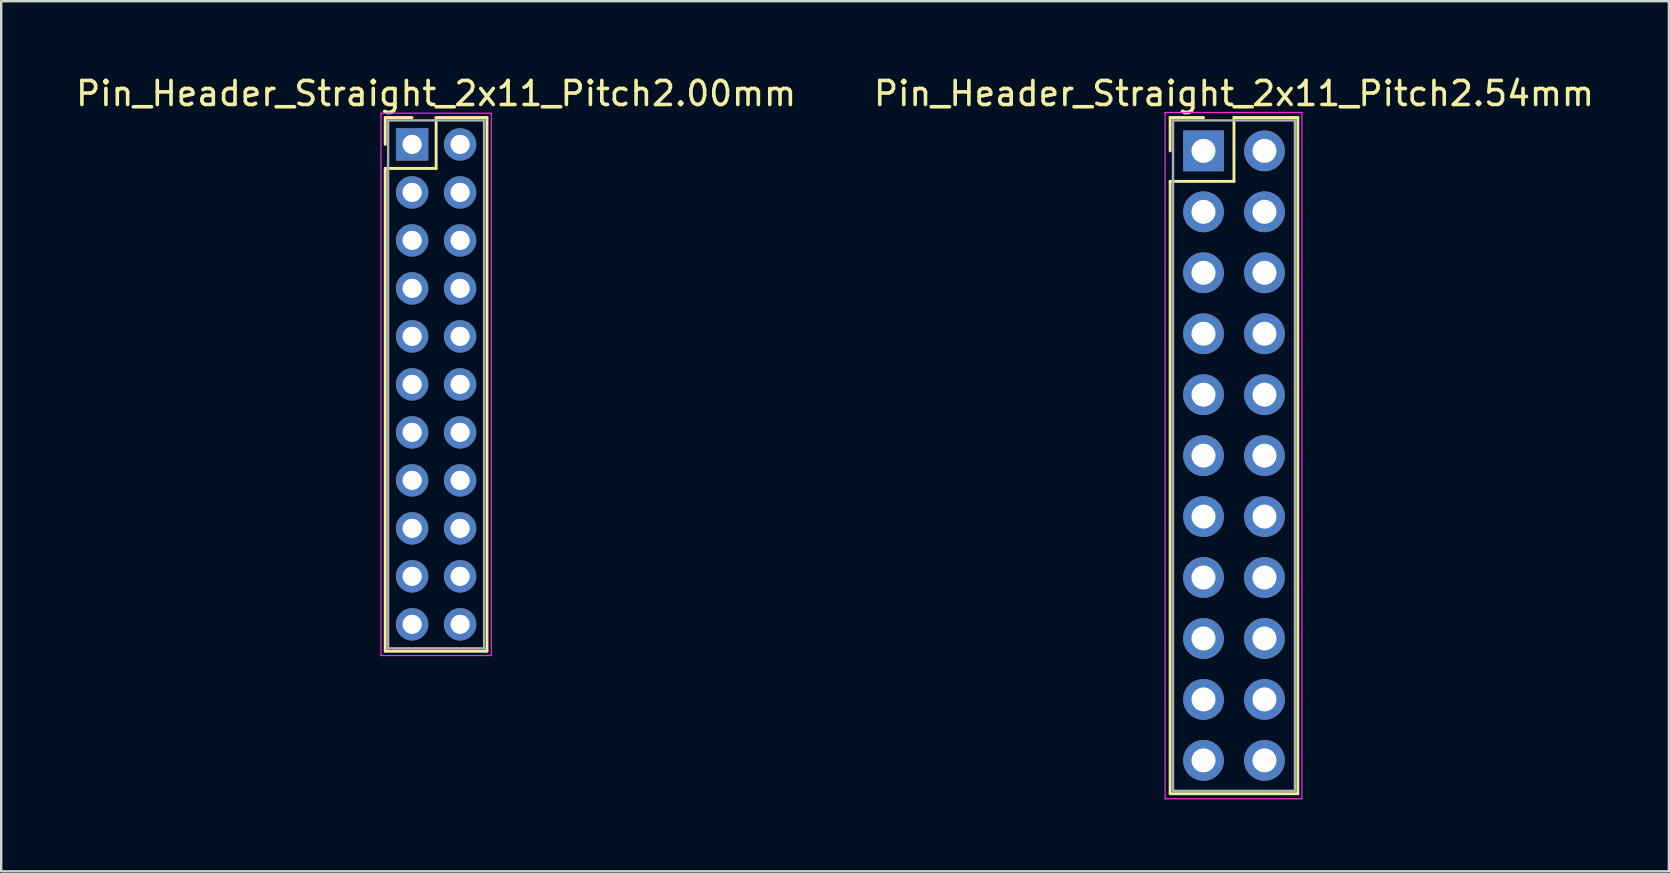
<source format=kicad_pcb>
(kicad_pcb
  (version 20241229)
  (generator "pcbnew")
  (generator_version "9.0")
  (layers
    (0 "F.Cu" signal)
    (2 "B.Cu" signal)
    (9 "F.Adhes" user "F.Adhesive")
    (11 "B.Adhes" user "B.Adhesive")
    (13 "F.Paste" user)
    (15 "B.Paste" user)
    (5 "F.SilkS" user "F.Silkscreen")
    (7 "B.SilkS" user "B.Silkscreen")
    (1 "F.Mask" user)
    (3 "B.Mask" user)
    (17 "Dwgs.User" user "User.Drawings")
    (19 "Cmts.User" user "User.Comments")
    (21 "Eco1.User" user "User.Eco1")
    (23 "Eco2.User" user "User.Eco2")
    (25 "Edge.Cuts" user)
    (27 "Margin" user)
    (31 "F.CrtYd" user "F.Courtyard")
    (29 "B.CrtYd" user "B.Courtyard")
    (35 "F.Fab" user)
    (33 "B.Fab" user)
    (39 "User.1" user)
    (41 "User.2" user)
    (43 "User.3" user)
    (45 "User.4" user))
  (footprint "Pin_Header_Straight_2x11_Pitch2.00mm"
    (layer "F.Cu")
    (at 14.125 2.968)
    (property "Reference" "Pin_Header_Straight_2x11_Pitch2.00mm" (at 1 -2.12 0) (layer "F.SilkS") (effects (font (size 1 1) (thickness 0.15))))
    (attr through_hole)
    (fp_line (start -1.12 -1.12) (end 0 -1.12) (stroke (width 0.12) (type solid)) (layer "F.SilkS"))
    (fp_line (start -1.12 0) (end -1.12 -1.12) (stroke (width 0.12) (type solid)) (layer "F.SilkS"))
    (fp_line (start -1.12 1) (end -1.12 21.12) (stroke (width 0.12) (type solid)) (layer "F.SilkS"))
    (fp_line (start -1.12 21.12) (end 3.12 21.12) (stroke (width 0.12) (type solid)) (layer "F.SilkS"))
    (fp_line (start 1 -1.12) (end 1 1) (stroke (width 0.12) (type solid)) (layer "F.SilkS"))
    (fp_line (start 1 1) (end -1.12 1) (stroke (width 0.12) (type solid)) (layer "F.SilkS"))
    (fp_line (start 3.12 -1.12) (end 1 -1.12) (stroke (width 0.12) (type solid)) (layer "F.SilkS"))
    (fp_line (start 3.12 21.12) (end 3.12 -1.12) (stroke (width 0.12) (type solid)) (layer "F.SilkS"))
    (fp_line (start -1.3 -1.3) (end -1.3 21.3) (stroke (width 0.05) (type solid)) (layer "F.CrtYd"))
    (fp_line (start -1.3 21.3) (end 3.3 21.3) (stroke (width 0.05) (type solid)) (layer "F.CrtYd"))
    (fp_line (start 3.3 -1.3) (end -1.3 -1.3) (stroke (width 0.05) (type solid)) (layer "F.CrtYd"))
    (fp_line (start 3.3 21.3) (end 3.3 -1.3) (stroke (width 0.05) (type solid)) (layer "F.CrtYd"))
    (fp_line (start -1 -1) (end -1 21) (stroke (width 0.1) (type solid)) (layer "F.Fab"))
    (fp_line (start -1 21) (end 3 21) (stroke (width 0.1) (type solid)) (layer "F.Fab"))
    (fp_line (start 3 -1) (end -1 -1) (stroke (width 0.1) (type solid)) (layer "F.Fab"))
    (fp_line (start 3 21) (end 3 -1) (stroke (width 0.1) (type solid)) (layer "F.Fab"))
    (pad "1" thru_hole rect (at 0 0) (size 1.35 1.35) (drill 0.8) (layers "*.Cu" "*.Mask"))
    (pad "2" thru_hole oval (at 2 0) (size 1.35 1.35) (drill 0.8) (layers "*.Cu" "*.Mask"))
    (pad "3" thru_hole oval (at 0 2) (size 1.35 1.35) (drill 0.8) (layers "*.Cu" "*.Mask"))
    (pad "4" thru_hole oval (at 2 2) (size 1.35 1.35) (drill 0.8) (layers "*.Cu" "*.Mask"))
    (pad "5" thru_hole oval (at 0 4) (size 1.35 1.35) (drill 0.8) (layers "*.Cu" "*.Mask"))
    (pad "6" thru_hole oval (at 2 4) (size 1.35 1.35) (drill 0.8) (layers "*.Cu" "*.Mask"))
    (pad "7" thru_hole oval (at 0 6) (size 1.35 1.35) (drill 0.8) (layers "*.Cu" "*.Mask"))
    (pad "8" thru_hole oval (at 2 6) (size 1.35 1.35) (drill 0.8) (layers "*.Cu" "*.Mask"))
    (pad "9" thru_hole oval (at 0 8) (size 1.35 1.35) (drill 0.8) (layers "*.Cu" "*.Mask"))
    (pad "10" thru_hole oval (at 2 8) (size 1.35 1.35) (drill 0.8) (layers "*.Cu" "*.Mask"))
    (pad "11" thru_hole oval (at 0 10) (size 1.35 1.35) (drill 0.8) (layers "*.Cu" "*.Mask"))
    (pad "12" thru_hole oval (at 2 10) (size 1.35 1.35) (drill 0.8) (layers "*.Cu" "*.Mask"))
    (pad "13" thru_hole oval (at 0 12) (size 1.35 1.35) (drill 0.8) (layers "*.Cu" "*.Mask"))
    (pad "14" thru_hole oval (at 2 12) (size 1.35 1.35) (drill 0.8) (layers "*.Cu" "*.Mask"))
    (pad "15" thru_hole oval (at 0 14) (size 1.35 1.35) (drill 0.8) (layers "*.Cu" "*.Mask"))
    (pad "16" thru_hole oval (at 2 14) (size 1.35 1.35) (drill 0.8) (layers "*.Cu" "*.Mask"))
    (pad "17" thru_hole oval (at 0 16) (size 1.35 1.35) (drill 0.8) (layers "*.Cu" "*.Mask"))
    (pad "18" thru_hole oval (at 2 16) (size 1.35 1.35) (drill 0.8) (layers "*.Cu" "*.Mask"))
    (pad "19" thru_hole oval (at 0 18) (size 1.35 1.35) (drill 0.8) (layers "*.Cu" "*.Mask"))
    (pad "20" thru_hole oval (at 2 18) (size 1.35 1.35) (drill 0.8) (layers "*.Cu" "*.Mask"))
    (pad "21" thru_hole oval (at 0 20) (size 1.35 1.35) (drill 0.8) (layers "*.Cu" "*.Mask"))
    (pad "22" thru_hole oval (at 2 20) (size 1.35 1.35) (drill 0.8) (layers "*.Cu" "*.Mask")))
  (footprint "Pin_Header_Straight_2x11_Pitch2.54mm"
    (layer "F.Cu")
    (at 47.105 3.238)
    (property "Reference" "Pin_Header_Straight_2x11_Pitch2.54mm" (at 1.27 -2.39 0) (layer "F.SilkS") (effects (font (size 1 1) (thickness 0.15))))
    (attr through_hole)
    (fp_line (start -1.39 -1.39) (end 0 -1.39) (stroke (width 0.12) (type solid)) (layer "F.SilkS"))
    (fp_line (start -1.39 0) (end -1.39 -1.39) (stroke (width 0.12) (type solid)) (layer "F.SilkS"))
    (fp_line (start -1.39 1.27) (end -1.39 26.79) (stroke (width 0.12) (type solid)) (layer "F.SilkS"))
    (fp_line (start -1.39 26.79) (end 3.93 26.79) (stroke (width 0.12) (type solid)) (layer "F.SilkS"))
    (fp_line (start 1.27 -1.39) (end 1.27 1.27) (stroke (width 0.12) (type solid)) (layer "F.SilkS"))
    (fp_line (start 1.27 1.27) (end -1.39 1.27) (stroke (width 0.12) (type solid)) (layer "F.SilkS"))
    (fp_line (start 3.93 -1.39) (end 1.27 -1.39) (stroke (width 0.12) (type solid)) (layer "F.SilkS"))
    (fp_line (start 3.93 26.79) (end 3.93 -1.39) (stroke (width 0.12) (type solid)) (layer "F.SilkS"))
    (fp_line (start -1.6 -1.6) (end -1.6 27) (stroke (width 0.05) (type solid)) (layer "F.CrtYd"))
    (fp_line (start -1.6 27) (end 4.1 27) (stroke (width 0.05) (type solid)) (layer "F.CrtYd"))
    (fp_line (start 4.1 -1.6) (end -1.6 -1.6) (stroke (width 0.05) (type solid)) (layer "F.CrtYd"))
    (fp_line (start 4.1 27) (end 4.1 -1.6) (stroke (width 0.05) (type solid)) (layer "F.CrtYd"))
    (fp_line (start -1.27 -1.27) (end -1.27 26.67) (stroke (width 0.1) (type solid)) (layer "F.Fab"))
    (fp_line (start -1.27 26.67) (end 3.81 26.67) (stroke (width 0.1) (type solid)) (layer "F.Fab"))
    (fp_line (start 3.81 -1.27) (end -1.27 -1.27) (stroke (width 0.1) (type solid)) (layer "F.Fab"))
    (fp_line (start 3.81 26.67) (end 3.81 -1.27) (stroke (width 0.1) (type solid)) (layer "F.Fab"))
    (pad "1" thru_hole rect (at 0 0) (size 1.7 1.7) (drill 1) (layers "*.Cu" "*.Mask"))
    (pad "2" thru_hole oval (at 2.54 0) (size 1.7 1.7) (drill 1) (layers "*.Cu" "*.Mask"))
    (pad "3" thru_hole oval (at 0 2.54) (size 1.7 1.7) (drill 1) (layers "*.Cu" "*.Mask"))
    (pad "4" thru_hole oval (at 2.54 2.54) (size 1.7 1.7) (drill 1) (layers "*.Cu" "*.Mask"))
    (pad "5" thru_hole oval (at 0 5.08) (size 1.7 1.7) (drill 1) (layers "*.Cu" "*.Mask"))
    (pad "6" thru_hole oval (at 2.54 5.08) (size 1.7 1.7) (drill 1) (layers "*.Cu" "*.Mask"))
    (pad "7" thru_hole oval (at 0 7.62) (size 1.7 1.7) (drill 1) (layers "*.Cu" "*.Mask"))
    (pad "8" thru_hole oval (at 2.54 7.62) (size 1.7 1.7) (drill 1) (layers "*.Cu" "*.Mask"))
    (pad "9" thru_hole oval (at 0 10.16) (size 1.7 1.7) (drill 1) (layers "*.Cu" "*.Mask"))
    (pad "10" thru_hole oval (at 2.54 10.16) (size 1.7 1.7) (drill 1) (layers "*.Cu" "*.Mask"))
    (pad "11" thru_hole oval (at 0 12.7) (size 1.7 1.7) (drill 1) (layers "*.Cu" "*.Mask"))
    (pad "12" thru_hole oval (at 2.54 12.7) (size 1.7 1.7) (drill 1) (layers "*.Cu" "*.Mask"))
    (pad "13" thru_hole oval (at 0 15.24) (size 1.7 1.7) (drill 1) (layers "*.Cu" "*.Mask"))
    (pad "14" thru_hole oval (at 2.54 15.24) (size 1.7 1.7) (drill 1) (layers "*.Cu" "*.Mask"))
    (pad "15" thru_hole oval (at 0 17.78) (size 1.7 1.7) (drill 1) (layers "*.Cu" "*.Mask"))
    (pad "16" thru_hole oval (at 2.54 17.78) (size 1.7 1.7) (drill 1) (layers "*.Cu" "*.Mask"))
    (pad "17" thru_hole oval (at 0 20.32) (size 1.7 1.7) (drill 1) (layers "*.Cu" "*.Mask"))
    (pad "18" thru_hole oval (at 2.54 20.32) (size 1.7 1.7) (drill 1) (layers "*.Cu" "*.Mask"))
    (pad "19" thru_hole oval (at 0 22.86) (size 1.7 1.7) (drill 1) (layers "*.Cu" "*.Mask"))
    (pad "20" thru_hole oval (at 2.54 22.86) (size 1.7 1.7) (drill 1) (layers "*.Cu" "*.Mask"))
    (pad "21" thru_hole oval (at 0 25.4) (size 1.7 1.7) (drill 1) (layers "*.Cu" "*.Mask"))
    (pad "22" thru_hole oval (at 2.54 25.4) (size 1.7 1.7) (drill 1) (layers "*.Cu" "*.Mask")))
  (gr_rect
    (start -3 -3)
    (end 66.5 33.263)
    (stroke (width 0.1) (type default))
    (fill no)
    (layer "Edge.Cuts")))
</source>
